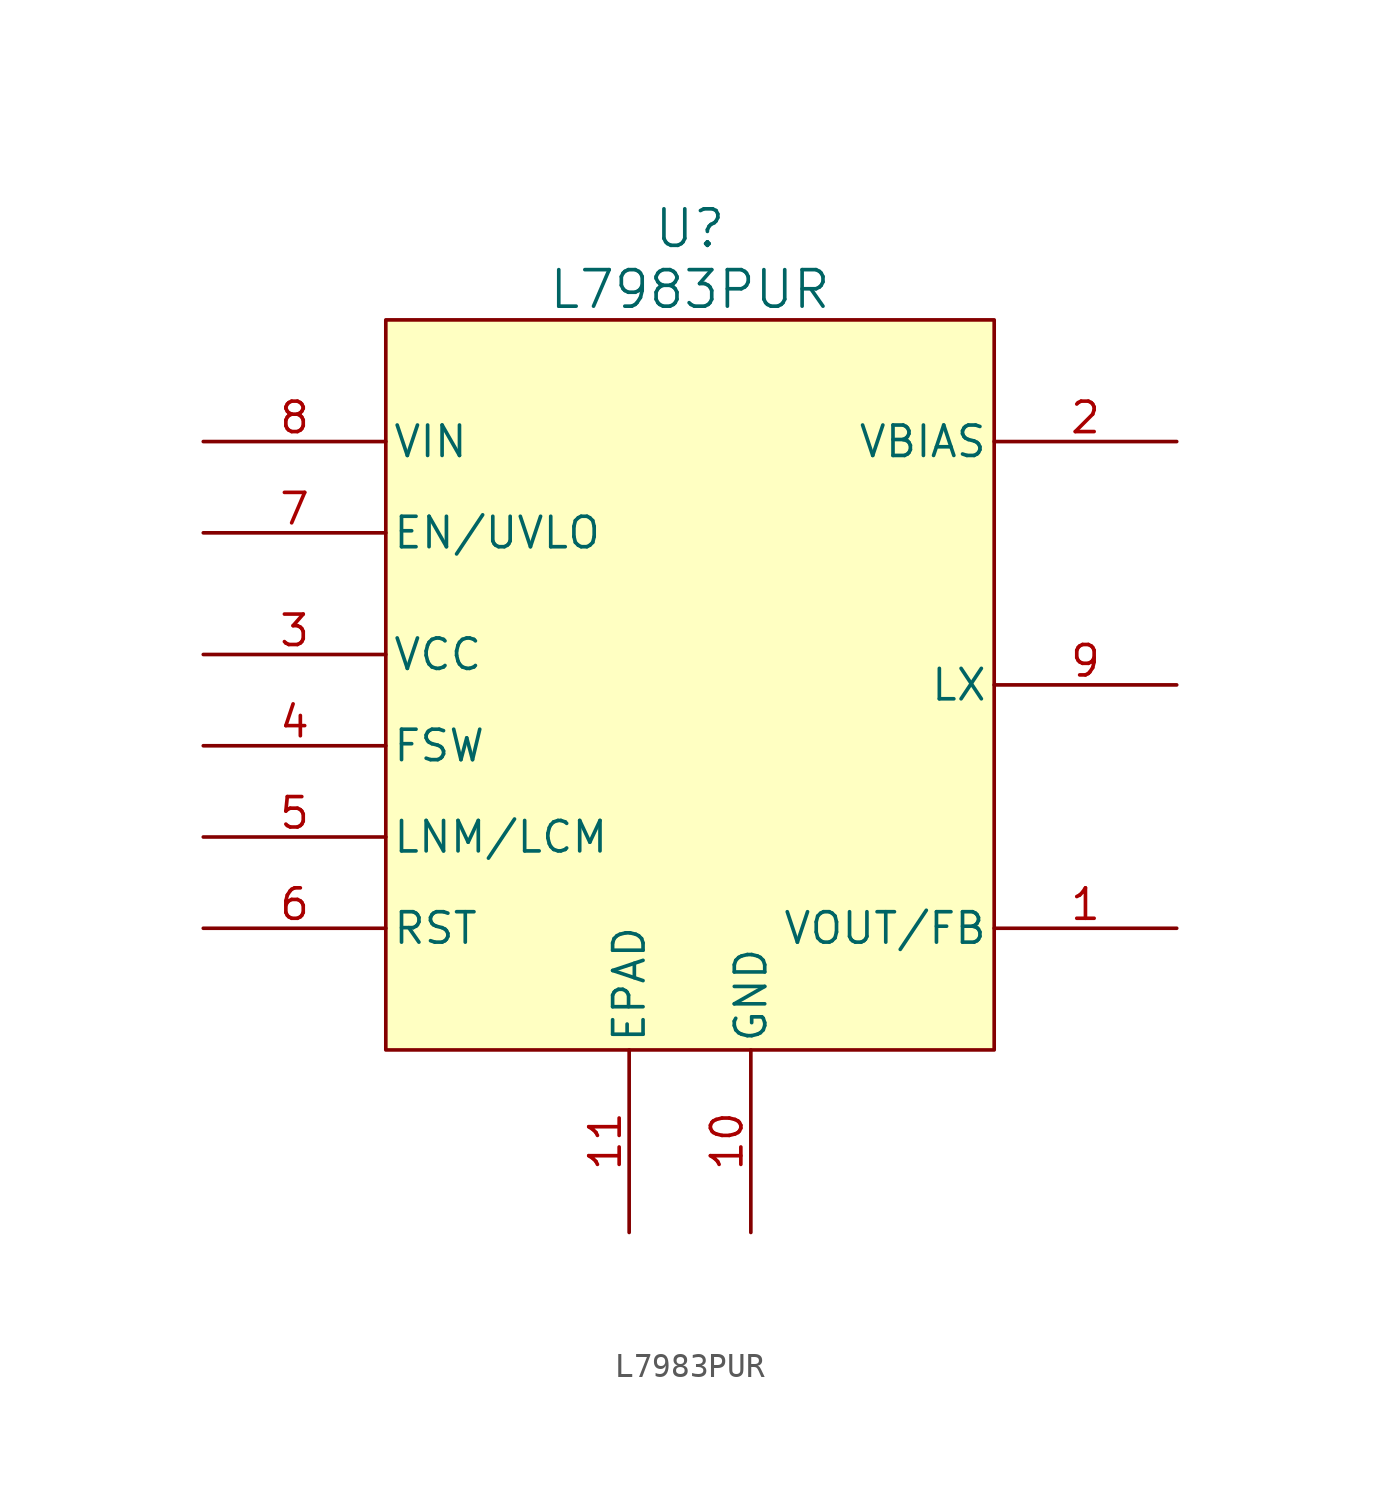
<source format=kicad_sym>
(kicad_symbol_lib
  (version 20241209)
  (generator "kicad_symbol_editor")
  (generator_version "9.0")
  (symbol "L7983PUR"
    (pin_names
      (offset 0.254))
    (property "Reference" "U"
      (at 20.32 8.89 0)
      (effects (font (size 1.524 1.524))))
    (property "Value" "L7983PUR"
      (at 20.32 6.35 0)
      (effects (font (size 1.524 1.524))))
    (symbol "L7983PUR_0_1"
      (pin power_in line (at 0 0 0) (length 7.62) (name "VIN" (effects (font (size 1.27 1.27)))) (number "8" (effects (font (size 1.27 1.27)))))
      (pin input line (at 0 -3.81 0) (length 7.62) (name "EN/UVLO" (effects (font (size 1.27 1.27)))) (number "7" (effects (font (size 1.27 1.27)))))
      (pin input line (at 40.64 -20.32 180) (length 7.62) (name "VOUT/FB" (effects (font (size 1.27 1.27)))) (number "1" (effects (font (size 1.27 1.27))))))
    (symbol "L7983PUR_1_1"
      (rectangle (start 7.62 5.08) (end 33.02 -25.4) (stroke (width 0) (type solid)) (fill (type background)))
      (pin passive line (at 0 -8.89 0) (length 7.62) (name "VCC" (effects (font (size 1.27 1.27)))) (number "3" (effects (font (size 1.27 1.27)))))
      (pin passive line (at 0 -12.7 0) (length 7.62) (name "FSW" (effects (font (size 1.27 1.27)))) (number "4" (effects (font (size 1.27 1.27)))))
      (pin input line (at 0 -16.51 0) (length 7.62) (name "LNM/LCM" (effects (font (size 1.27 1.27)))) (number "5" (effects (font (size 1.27 1.27)))))
      (pin bidirectional line (at 0 -20.32 0) (length 7.62) (name "RST" (effects (font (size 1.27 1.27)))) (number "6" (effects (font (size 1.27 1.27)))))
      (pin power_in line (at 17.78 -33.02 90) (length 7.62) (name "EPAD" (effects (font (size 1.27 1.27)))) (number "11" (effects (font (size 1.27 1.27)))))
      (pin power_in line (at 22.86 -33.02 90) (length 7.62) (name "GND" (effects (font (size 1.27 1.27)))) (number "10" (effects (font (size 1.27 1.27)))))
      (pin power_in line (at 40.64 0 180) (length 7.62) (name "VBIAS" (effects (font (size 1.27 1.27)))) (number "2" (effects (font (size 1.27 1.27)))))
      (pin power_out line (at 40.64 -10.16 180) (length 7.62) (name "LX" (effects (font (size 1.27 1.27)))) (number "9" (effects (font (size 1.27 1.27))))))))
</source>
